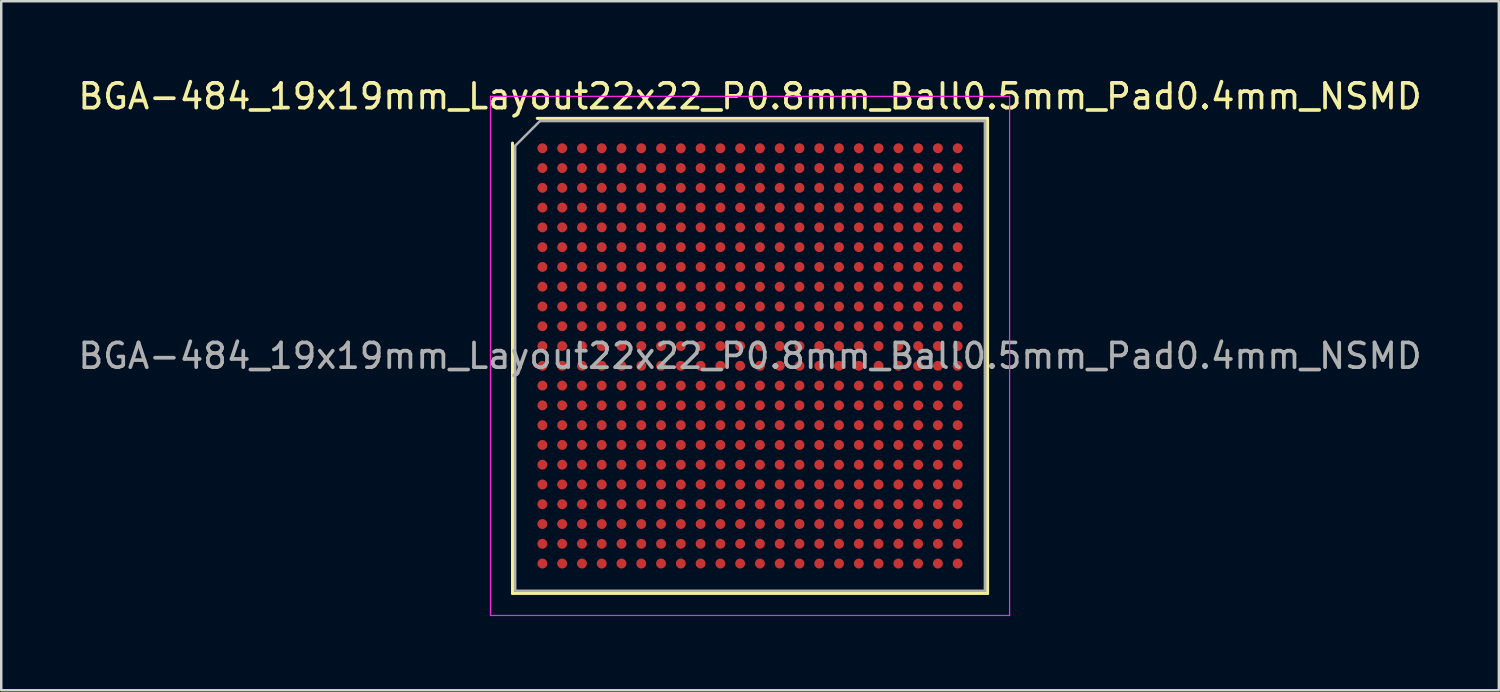
<source format=kicad_pcb>
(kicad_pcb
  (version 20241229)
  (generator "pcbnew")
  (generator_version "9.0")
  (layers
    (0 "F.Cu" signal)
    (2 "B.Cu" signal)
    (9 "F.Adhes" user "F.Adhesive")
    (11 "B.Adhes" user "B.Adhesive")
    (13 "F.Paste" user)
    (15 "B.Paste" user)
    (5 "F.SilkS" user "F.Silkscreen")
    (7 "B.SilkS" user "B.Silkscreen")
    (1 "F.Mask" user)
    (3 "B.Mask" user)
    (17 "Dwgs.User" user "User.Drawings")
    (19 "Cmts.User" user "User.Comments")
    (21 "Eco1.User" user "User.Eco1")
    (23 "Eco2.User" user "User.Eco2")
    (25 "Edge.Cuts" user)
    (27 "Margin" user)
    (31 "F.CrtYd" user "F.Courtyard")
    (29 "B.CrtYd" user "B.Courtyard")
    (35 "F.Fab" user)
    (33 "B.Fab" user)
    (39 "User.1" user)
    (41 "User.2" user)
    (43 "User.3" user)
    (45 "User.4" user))
  (footprint "BGA-484_19x19mm_Layout22x22_P0.8mm_Ball0.5mm_Pad0.4mm_NSMD"
    (layer "F.Cu")
    (at 27.292 11.348)
    (property "Reference" "BGA-484_19x19mm_Layout22x22_P0.8mm_Ball0.5mm_Pad0.4mm_NSMD" (at 0 -10.5 0) (layer "F.SilkS") (effects (font (size 1 1) (thickness 0.15))))
    (attr smd)
    (fp_line (start -9.61 9.61) (end -9.61 -8.61) (stroke (width 0.12) (type solid)) (layer "F.SilkS"))
    (fp_line (start -8.61 -9.61) (end 9.61 -9.61) (stroke (width 0.12) (type solid)) (layer "F.SilkS"))
    (fp_line (start 9.61 -9.61) (end 9.61 9.61) (stroke (width 0.12) (type solid)) (layer "F.SilkS"))
    (fp_line (start 9.61 9.61) (end -9.61 9.61) (stroke (width 0.12) (type solid)) (layer "F.SilkS"))
    (fp_line (start -10.5 -10.5) (end -10.5 10.5) (stroke (width 0.05) (type solid)) (layer "F.CrtYd"))
    (fp_line (start -10.5 10.5) (end 10.5 10.5) (stroke (width 0.05) (type solid)) (layer "F.CrtYd"))
    (fp_line (start 10.5 -10.5) (end -10.5 -10.5) (stroke (width 0.05) (type solid)) (layer "F.CrtYd"))
    (fp_line (start 10.5 10.5) (end 10.5 -10.5) (stroke (width 0.05) (type solid)) (layer "F.CrtYd"))
    (fp_line (start -9.5 -8.5) (end -8.5 -9.5) (stroke (width 0.1) (type solid)) (layer "F.Fab"))
    (fp_line (start -9.5 9.5) (end -9.5 -8.5) (stroke (width 0.1) (type solid)) (layer "F.Fab"))
    (fp_line (start -8.5 -9.5) (end 9.5 -9.5) (stroke (width 0.1) (type solid)) (layer "F.Fab"))
    (fp_line (start 9.5 -9.5) (end 9.5 9.5) (stroke (width 0.1) (type solid)) (layer "F.Fab"))
    (fp_line (start 9.5 9.5) (end -9.5 9.5) (stroke (width 0.1) (type solid)) (layer "F.Fab"))
    (fp_text user "${REFERENCE}" (at 0 0 0) (layer "F.Fab") (effects (font (size 1 1) (thickness 0.15))))
    (pad "A1" smd circle (at -8.4 -8.4) (size 0.4 0.4) (layers "F.Cu" "F.Mask" "F.Paste"))
    (pad "A2" smd circle (at -7.6 -8.4) (size 0.4 0.4) (layers "F.Cu" "F.Mask" "F.Paste"))
    (pad "A3" smd circle (at -6.8 -8.4) (size 0.4 0.4) (layers "F.Cu" "F.Mask" "F.Paste"))
    (pad "A4" smd circle (at -6 -8.4) (size 0.4 0.4) (layers "F.Cu" "F.Mask" "F.Paste"))
    (pad "A5" smd circle (at -5.2 -8.4) (size 0.4 0.4) (layers "F.Cu" "F.Mask" "F.Paste"))
    (pad "A6" smd circle (at -4.4 -8.4) (size 0.4 0.4) (layers "F.Cu" "F.Mask" "F.Paste"))
    (pad "A7" smd circle (at -3.6 -8.4) (size 0.4 0.4) (layers "F.Cu" "F.Mask" "F.Paste"))
    (pad "A8" smd circle (at -2.8 -8.4) (size 0.4 0.4) (layers "F.Cu" "F.Mask" "F.Paste"))
    (pad "A9" smd circle (at -2 -8.4) (size 0.4 0.4) (layers "F.Cu" "F.Mask" "F.Paste"))
    (pad "A10" smd circle (at -1.2 -8.4) (size 0.4 0.4) (layers "F.Cu" "F.Mask" "F.Paste"))
    (pad "A11" smd circle (at -0.4 -8.4) (size 0.4 0.4) (layers "F.Cu" "F.Mask" "F.Paste"))
    (pad "A12" smd circle (at 0.4 -8.4) (size 0.4 0.4) (layers "F.Cu" "F.Mask" "F.Paste"))
    (pad "A13" smd circle (at 1.2 -8.4) (size 0.4 0.4) (layers "F.Cu" "F.Mask" "F.Paste"))
    (pad "A14" smd circle (at 2 -8.4) (size 0.4 0.4) (layers "F.Cu" "F.Mask" "F.Paste"))
    (pad "A15" smd circle (at 2.8 -8.4) (size 0.4 0.4) (layers "F.Cu" "F.Mask" "F.Paste"))
    (pad "A16" smd circle (at 3.6 -8.4) (size 0.4 0.4) (layers "F.Cu" "F.Mask" "F.Paste"))
    (pad "A17" smd circle (at 4.4 -8.4) (size 0.4 0.4) (layers "F.Cu" "F.Mask" "F.Paste"))
    (pad "A18" smd circle (at 5.2 -8.4) (size 0.4 0.4) (layers "F.Cu" "F.Mask" "F.Paste"))
    (pad "A19" smd circle (at 6 -8.4) (size 0.4 0.4) (layers "F.Cu" "F.Mask" "F.Paste"))
    (pad "A20" smd circle (at 6.8 -8.4) (size 0.4 0.4) (layers "F.Cu" "F.Mask" "F.Paste"))
    (pad "A21" smd circle (at 7.6 -8.4) (size 0.4 0.4) (layers "F.Cu" "F.Mask" "F.Paste"))
    (pad "A22" smd circle (at 8.4 -8.4) (size 0.4 0.4) (layers "F.Cu" "F.Mask" "F.Paste"))
    (pad "AA1" smd circle (at -8.4 7.6) (size 0.4 0.4) (layers "F.Cu" "F.Mask" "F.Paste"))
    (pad "AA2" smd circle (at -7.6 7.6) (size 0.4 0.4) (layers "F.Cu" "F.Mask" "F.Paste"))
    (pad "AA3" smd circle (at -6.8 7.6) (size 0.4 0.4) (layers "F.Cu" "F.Mask" "F.Paste"))
    (pad "AA4" smd circle (at -6 7.6) (size 0.4 0.4) (layers "F.Cu" "F.Mask" "F.Paste"))
    (pad "AA5" smd circle (at -5.2 7.6) (size 0.4 0.4) (layers "F.Cu" "F.Mask" "F.Paste"))
    (pad "AA6" smd circle (at -4.4 7.6) (size 0.4 0.4) (layers "F.Cu" "F.Mask" "F.Paste"))
    (pad "AA7" smd circle (at -3.6 7.6) (size 0.4 0.4) (layers "F.Cu" "F.Mask" "F.Paste"))
    (pad "AA8" smd circle (at -2.8 7.6) (size 0.4 0.4) (layers "F.Cu" "F.Mask" "F.Paste"))
    (pad "AA9" smd circle (at -2 7.6) (size 0.4 0.4) (layers "F.Cu" "F.Mask" "F.Paste"))
    (pad "AA10" smd circle (at -1.2 7.6) (size 0.4 0.4) (layers "F.Cu" "F.Mask" "F.Paste"))
    (pad "AA11" smd circle (at -0.4 7.6) (size 0.4 0.4) (layers "F.Cu" "F.Mask" "F.Paste"))
    (pad "AA12" smd circle (at 0.4 7.6) (size 0.4 0.4) (layers "F.Cu" "F.Mask" "F.Paste"))
    (pad "AA13" smd circle (at 1.2 7.6) (size 0.4 0.4) (layers "F.Cu" "F.Mask" "F.Paste"))
    (pad "AA14" smd circle (at 2 7.6) (size 0.4 0.4) (layers "F.Cu" "F.Mask" "F.Paste"))
    (pad "AA15" smd circle (at 2.8 7.6) (size 0.4 0.4) (layers "F.Cu" "F.Mask" "F.Paste"))
    (pad "AA16" smd circle (at 3.6 7.6) (size 0.4 0.4) (layers "F.Cu" "F.Mask" "F.Paste"))
    (pad "AA17" smd circle (at 4.4 7.6) (size 0.4 0.4) (layers "F.Cu" "F.Mask" "F.Paste"))
    (pad "AA18" smd circle (at 5.2 7.6) (size 0.4 0.4) (layers "F.Cu" "F.Mask" "F.Paste"))
    (pad "AA19" smd circle (at 6 7.6) (size 0.4 0.4) (layers "F.Cu" "F.Mask" "F.Paste"))
    (pad "AA20" smd circle (at 6.8 7.6) (size 0.4 0.4) (layers "F.Cu" "F.Mask" "F.Paste"))
    (pad "AA21" smd circle (at 7.6 7.6) (size 0.4 0.4) (layers "F.Cu" "F.Mask" "F.Paste"))
    (pad "AA22" smd circle (at 8.4 7.6) (size 0.4 0.4) (layers "F.Cu" "F.Mask" "F.Paste"))
    (pad "AB1" smd circle (at -8.4 8.4) (size 0.4 0.4) (layers "F.Cu" "F.Mask" "F.Paste"))
    (pad "AB2" smd circle (at -7.6 8.4) (size 0.4 0.4) (layers "F.Cu" "F.Mask" "F.Paste"))
    (pad "AB3" smd circle (at -6.8 8.4) (size 0.4 0.4) (layers "F.Cu" "F.Mask" "F.Paste"))
    (pad "AB4" smd circle (at -6 8.4) (size 0.4 0.4) (layers "F.Cu" "F.Mask" "F.Paste"))
    (pad "AB5" smd circle (at -5.2 8.4) (size 0.4 0.4) (layers "F.Cu" "F.Mask" "F.Paste"))
    (pad "AB6" smd circle (at -4.4 8.4) (size 0.4 0.4) (layers "F.Cu" "F.Mask" "F.Paste"))
    (pad "AB7" smd circle (at -3.6 8.4) (size 0.4 0.4) (layers "F.Cu" "F.Mask" "F.Paste"))
    (pad "AB8" smd circle (at -2.8 8.4) (size 0.4 0.4) (layers "F.Cu" "F.Mask" "F.Paste"))
    (pad "AB9" smd circle (at -2 8.4) (size 0.4 0.4) (layers "F.Cu" "F.Mask" "F.Paste"))
    (pad "AB10" smd circle (at -1.2 8.4) (size 0.4 0.4) (layers "F.Cu" "F.Mask" "F.Paste"))
    (pad "AB11" smd circle (at -0.4 8.4) (size 0.4 0.4) (layers "F.Cu" "F.Mask" "F.Paste"))
    (pad "AB12" smd circle (at 0.4 8.4) (size 0.4 0.4) (layers "F.Cu" "F.Mask" "F.Paste"))
    (pad "AB13" smd circle (at 1.2 8.4) (size 0.4 0.4) (layers "F.Cu" "F.Mask" "F.Paste"))
    (pad "AB14" smd circle (at 2 8.4) (size 0.4 0.4) (layers "F.Cu" "F.Mask" "F.Paste"))
    (pad "AB15" smd circle (at 2.8 8.4) (size 0.4 0.4) (layers "F.Cu" "F.Mask" "F.Paste"))
    (pad "AB16" smd circle (at 3.6 8.4) (size 0.4 0.4) (layers "F.Cu" "F.Mask" "F.Paste"))
    (pad "AB17" smd circle (at 4.4 8.4) (size 0.4 0.4) (layers "F.Cu" "F.Mask" "F.Paste"))
    (pad "AB18" smd circle (at 5.2 8.4) (size 0.4 0.4) (layers "F.Cu" "F.Mask" "F.Paste"))
    (pad "AB19" smd circle (at 6 8.4) (size 0.4 0.4) (layers "F.Cu" "F.Mask" "F.Paste"))
    (pad "AB20" smd circle (at 6.8 8.4) (size 0.4 0.4) (layers "F.Cu" "F.Mask" "F.Paste"))
    (pad "AB21" smd circle (at 7.6 8.4) (size 0.4 0.4) (layers "F.Cu" "F.Mask" "F.Paste"))
    (pad "AB22" smd circle (at 8.4 8.4) (size 0.4 0.4) (layers "F.Cu" "F.Mask" "F.Paste"))
    (pad "B1" smd circle (at -8.4 -7.6) (size 0.4 0.4) (layers "F.Cu" "F.Mask" "F.Paste"))
    (pad "B2" smd circle (at -7.6 -7.6) (size 0.4 0.4) (layers "F.Cu" "F.Mask" "F.Paste"))
    (pad "B3" smd circle (at -6.8 -7.6) (size 0.4 0.4) (layers "F.Cu" "F.Mask" "F.Paste"))
    (pad "B4" smd circle (at -6 -7.6) (size 0.4 0.4) (layers "F.Cu" "F.Mask" "F.Paste"))
    (pad "B5" smd circle (at -5.2 -7.6) (size 0.4 0.4) (layers "F.Cu" "F.Mask" "F.Paste"))
    (pad "B6" smd circle (at -4.4 -7.6) (size 0.4 0.4) (layers "F.Cu" "F.Mask" "F.Paste"))
    (pad "B7" smd circle (at -3.6 -7.6) (size 0.4 0.4) (layers "F.Cu" "F.Mask" "F.Paste"))
    (pad "B8" smd circle (at -2.8 -7.6) (size 0.4 0.4) (layers "F.Cu" "F.Mask" "F.Paste"))
    (pad "B9" smd circle (at -2 -7.6) (size 0.4 0.4) (layers "F.Cu" "F.Mask" "F.Paste"))
    (pad "B10" smd circle (at -1.2 -7.6) (size 0.4 0.4) (layers "F.Cu" "F.Mask" "F.Paste"))
    (pad "B11" smd circle (at -0.4 -7.6) (size 0.4 0.4) (layers "F.Cu" "F.Mask" "F.Paste"))
    (pad "B12" smd circle (at 0.4 -7.6) (size 0.4 0.4) (layers "F.Cu" "F.Mask" "F.Paste"))
    (pad "B13" smd circle (at 1.2 -7.6) (size 0.4 0.4) (layers "F.Cu" "F.Mask" "F.Paste"))
    (pad "B14" smd circle (at 2 -7.6) (size 0.4 0.4) (layers "F.Cu" "F.Mask" "F.Paste"))
    (pad "B15" smd circle (at 2.8 -7.6) (size 0.4 0.4) (layers "F.Cu" "F.Mask" "F.Paste"))
    (pad "B16" smd circle (at 3.6 -7.6) (size 0.4 0.4) (layers "F.Cu" "F.Mask" "F.Paste"))
    (pad "B17" smd circle (at 4.4 -7.6) (size 0.4 0.4) (layers "F.Cu" "F.Mask" "F.Paste"))
    (pad "B18" smd circle (at 5.2 -7.6) (size 0.4 0.4) (layers "F.Cu" "F.Mask" "F.Paste"))
    (pad "B19" smd circle (at 6 -7.6) (size 0.4 0.4) (layers "F.Cu" "F.Mask" "F.Paste"))
    (pad "B20" smd circle (at 6.8 -7.6) (size 0.4 0.4) (layers "F.Cu" "F.Mask" "F.Paste"))
    (pad "B21" smd circle (at 7.6 -7.6) (size 0.4 0.4) (layers "F.Cu" "F.Mask" "F.Paste"))
    (pad "B22" smd circle (at 8.4 -7.6) (size 0.4 0.4) (layers "F.Cu" "F.Mask" "F.Paste"))
    (pad "C1" smd circle (at -8.4 -6.8) (size 0.4 0.4) (layers "F.Cu" "F.Mask" "F.Paste"))
    (pad "C2" smd circle (at -7.6 -6.8) (size 0.4 0.4) (layers "F.Cu" "F.Mask" "F.Paste"))
    (pad "C3" smd circle (at -6.8 -6.8) (size 0.4 0.4) (layers "F.Cu" "F.Mask" "F.Paste"))
    (pad "C4" smd circle (at -6 -6.8) (size 0.4 0.4) (layers "F.Cu" "F.Mask" "F.Paste"))
    (pad "C5" smd circle (at -5.2 -6.8) (size 0.4 0.4) (layers "F.Cu" "F.Mask" "F.Paste"))
    (pad "C6" smd circle (at -4.4 -6.8) (size 0.4 0.4) (layers "F.Cu" "F.Mask" "F.Paste"))
    (pad "C7" smd circle (at -3.6 -6.8) (size 0.4 0.4) (layers "F.Cu" "F.Mask" "F.Paste"))
    (pad "C8" smd circle (at -2.8 -6.8) (size 0.4 0.4) (layers "F.Cu" "F.Mask" "F.Paste"))
    (pad "C9" smd circle (at -2 -6.8) (size 0.4 0.4) (layers "F.Cu" "F.Mask" "F.Paste"))
    (pad "C10" smd circle (at -1.2 -6.8) (size 0.4 0.4) (layers "F.Cu" "F.Mask" "F.Paste"))
    (pad "C11" smd circle (at -0.4 -6.8) (size 0.4 0.4) (layers "F.Cu" "F.Mask" "F.Paste"))
    (pad "C12" smd circle (at 0.4 -6.8) (size 0.4 0.4) (layers "F.Cu" "F.Mask" "F.Paste"))
    (pad "C13" smd circle (at 1.2 -6.8) (size 0.4 0.4) (layers "F.Cu" "F.Mask" "F.Paste"))
    (pad "C14" smd circle (at 2 -6.8) (size 0.4 0.4) (layers "F.Cu" "F.Mask" "F.Paste"))
    (pad "C15" smd circle (at 2.8 -6.8) (size 0.4 0.4) (layers "F.Cu" "F.Mask" "F.Paste"))
    (pad "C16" smd circle (at 3.6 -6.8) (size 0.4 0.4) (layers "F.Cu" "F.Mask" "F.Paste"))
    (pad "C17" smd circle (at 4.4 -6.8) (size 0.4 0.4) (layers "F.Cu" "F.Mask" "F.Paste"))
    (pad "C18" smd circle (at 5.2 -6.8) (size 0.4 0.4) (layers "F.Cu" "F.Mask" "F.Paste"))
    (pad "C19" smd circle (at 6 -6.8) (size 0.4 0.4) (layers "F.Cu" "F.Mask" "F.Paste"))
    (pad "C20" smd circle (at 6.8 -6.8) (size 0.4 0.4) (layers "F.Cu" "F.Mask" "F.Paste"))
    (pad "C21" smd circle (at 7.6 -6.8) (size 0.4 0.4) (layers "F.Cu" "F.Mask" "F.Paste"))
    (pad "C22" smd circle (at 8.4 -6.8) (size 0.4 0.4) (layers "F.Cu" "F.Mask" "F.Paste"))
    (pad "D1" smd circle (at -8.4 -6) (size 0.4 0.4) (layers "F.Cu" "F.Mask" "F.Paste"))
    (pad "D2" smd circle (at -7.6 -6) (size 0.4 0.4) (layers "F.Cu" "F.Mask" "F.Paste"))
    (pad "D3" smd circle (at -6.8 -6) (size 0.4 0.4) (layers "F.Cu" "F.Mask" "F.Paste"))
    (pad "D4" smd circle (at -6 -6) (size 0.4 0.4) (layers "F.Cu" "F.Mask" "F.Paste"))
    (pad "D5" smd circle (at -5.2 -6) (size 0.4 0.4) (layers "F.Cu" "F.Mask" "F.Paste"))
    (pad "D6" smd circle (at -4.4 -6) (size 0.4 0.4) (layers "F.Cu" "F.Mask" "F.Paste"))
    (pad "D7" smd circle (at -3.6 -6) (size 0.4 0.4) (layers "F.Cu" "F.Mask" "F.Paste"))
    (pad "D8" smd circle (at -2.8 -6) (size 0.4 0.4) (layers "F.Cu" "F.Mask" "F.Paste"))
    (pad "D9" smd circle (at -2 -6) (size 0.4 0.4) (layers "F.Cu" "F.Mask" "F.Paste"))
    (pad "D10" smd circle (at -1.2 -6) (size 0.4 0.4) (layers "F.Cu" "F.Mask" "F.Paste"))
    (pad "D11" smd circle (at -0.4 -6) (size 0.4 0.4) (layers "F.Cu" "F.Mask" "F.Paste"))
    (pad "D12" smd circle (at 0.4 -6) (size 0.4 0.4) (layers "F.Cu" "F.Mask" "F.Paste"))
    (pad "D13" smd circle (at 1.2 -6) (size 0.4 0.4) (layers "F.Cu" "F.Mask" "F.Paste"))
    (pad "D14" smd circle (at 2 -6) (size 0.4 0.4) (layers "F.Cu" "F.Mask" "F.Paste"))
    (pad "D15" smd circle (at 2.8 -6) (size 0.4 0.4) (layers "F.Cu" "F.Mask" "F.Paste"))
    (pad "D16" smd circle (at 3.6 -6) (size 0.4 0.4) (layers "F.Cu" "F.Mask" "F.Paste"))
    (pad "D17" smd circle (at 4.4 -6) (size 0.4 0.4) (layers "F.Cu" "F.Mask" "F.Paste"))
    (pad "D18" smd circle (at 5.2 -6) (size 0.4 0.4) (layers "F.Cu" "F.Mask" "F.Paste"))
    (pad "D19" smd circle (at 6 -6) (size 0.4 0.4) (layers "F.Cu" "F.Mask" "F.Paste"))
    (pad "D20" smd circle (at 6.8 -6) (size 0.4 0.4) (layers "F.Cu" "F.Mask" "F.Paste"))
    (pad "D21" smd circle (at 7.6 -6) (size 0.4 0.4) (layers "F.Cu" "F.Mask" "F.Paste"))
    (pad "D22" smd circle (at 8.4 -6) (size 0.4 0.4) (layers "F.Cu" "F.Mask" "F.Paste"))
    (pad "E1" smd circle (at -8.4 -5.2) (size 0.4 0.4) (layers "F.Cu" "F.Mask" "F.Paste"))
    (pad "E2" smd circle (at -7.6 -5.2) (size 0.4 0.4) (layers "F.Cu" "F.Mask" "F.Paste"))
    (pad "E3" smd circle (at -6.8 -5.2) (size 0.4 0.4) (layers "F.Cu" "F.Mask" "F.Paste"))
    (pad "E4" smd circle (at -6 -5.2) (size 0.4 0.4) (layers "F.Cu" "F.Mask" "F.Paste"))
    (pad "E5" smd circle (at -5.2 -5.2) (size 0.4 0.4) (layers "F.Cu" "F.Mask" "F.Paste"))
    (pad "E6" smd circle (at -4.4 -5.2) (size 0.4 0.4) (layers "F.Cu" "F.Mask" "F.Paste"))
    (pad "E7" smd circle (at -3.6 -5.2) (size 0.4 0.4) (layers "F.Cu" "F.Mask" "F.Paste"))
    (pad "E8" smd circle (at -2.8 -5.2) (size 0.4 0.4) (layers "F.Cu" "F.Mask" "F.Paste"))
    (pad "E9" smd circle (at -2 -5.2) (size 0.4 0.4) (layers "F.Cu" "F.Mask" "F.Paste"))
    (pad "E10" smd circle (at -1.2 -5.2) (size 0.4 0.4) (layers "F.Cu" "F.Mask" "F.Paste"))
    (pad "E11" smd circle (at -0.4 -5.2) (size 0.4 0.4) (layers "F.Cu" "F.Mask" "F.Paste"))
    (pad "E12" smd circle (at 0.4 -5.2) (size 0.4 0.4) (layers "F.Cu" "F.Mask" "F.Paste"))
    (pad "E13" smd circle (at 1.2 -5.2) (size 0.4 0.4) (layers "F.Cu" "F.Mask" "F.Paste"))
    (pad "E14" smd circle (at 2 -5.2) (size 0.4 0.4) (layers "F.Cu" "F.Mask" "F.Paste"))
    (pad "E15" smd circle (at 2.8 -5.2) (size 0.4 0.4) (layers "F.Cu" "F.Mask" "F.Paste"))
    (pad "E16" smd circle (at 3.6 -5.2) (size 0.4 0.4) (layers "F.Cu" "F.Mask" "F.Paste"))
    (pad "E17" smd circle (at 4.4 -5.2) (size 0.4 0.4) (layers "F.Cu" "F.Mask" "F.Paste"))
    (pad "E18" smd circle (at 5.2 -5.2) (size 0.4 0.4) (layers "F.Cu" "F.Mask" "F.Paste"))
    (pad "E19" smd circle (at 6 -5.2) (size 0.4 0.4) (layers "F.Cu" "F.Mask" "F.Paste"))
    (pad "E20" smd circle (at 6.8 -5.2) (size 0.4 0.4) (layers "F.Cu" "F.Mask" "F.Paste"))
    (pad "E21" smd circle (at 7.6 -5.2) (size 0.4 0.4) (layers "F.Cu" "F.Mask" "F.Paste"))
    (pad "E22" smd circle (at 8.4 -5.2) (size 0.4 0.4) (layers "F.Cu" "F.Mask" "F.Paste"))
    (pad "F1" smd circle (at -8.4 -4.4) (size 0.4 0.4) (layers "F.Cu" "F.Mask" "F.Paste"))
    (pad "F2" smd circle (at -7.6 -4.4) (size 0.4 0.4) (layers "F.Cu" "F.Mask" "F.Paste"))
    (pad "F3" smd circle (at -6.8 -4.4) (size 0.4 0.4) (layers "F.Cu" "F.Mask" "F.Paste"))
    (pad "F4" smd circle (at -6 -4.4) (size 0.4 0.4) (layers "F.Cu" "F.Mask" "F.Paste"))
    (pad "F5" smd circle (at -5.2 -4.4) (size 0.4 0.4) (layers "F.Cu" "F.Mask" "F.Paste"))
    (pad "F6" smd circle (at -4.4 -4.4) (size 0.4 0.4) (layers "F.Cu" "F.Mask" "F.Paste"))
    (pad "F7" smd circle (at -3.6 -4.4) (size 0.4 0.4) (layers "F.Cu" "F.Mask" "F.Paste"))
    (pad "F8" smd circle (at -2.8 -4.4) (size 0.4 0.4) (layers "F.Cu" "F.Mask" "F.Paste"))
    (pad "F9" smd circle (at -2 -4.4) (size 0.4 0.4) (layers "F.Cu" "F.Mask" "F.Paste"))
    (pad "F10" smd circle (at -1.2 -4.4) (size 0.4 0.4) (layers "F.Cu" "F.Mask" "F.Paste"))
    (pad "F11" smd circle (at -0.4 -4.4) (size 0.4 0.4) (layers "F.Cu" "F.Mask" "F.Paste"))
    (pad "F12" smd circle (at 0.4 -4.4) (size 0.4 0.4) (layers "F.Cu" "F.Mask" "F.Paste"))
    (pad "F13" smd circle (at 1.2 -4.4) (size 0.4 0.4) (layers "F.Cu" "F.Mask" "F.Paste"))
    (pad "F14" smd circle (at 2 -4.4) (size 0.4 0.4) (layers "F.Cu" "F.Mask" "F.Paste"))
    (pad "F15" smd circle (at 2.8 -4.4) (size 0.4 0.4) (layers "F.Cu" "F.Mask" "F.Paste"))
    (pad "F16" smd circle (at 3.6 -4.4) (size 0.4 0.4) (layers "F.Cu" "F.Mask" "F.Paste"))
    (pad "F17" smd circle (at 4.4 -4.4) (size 0.4 0.4) (layers "F.Cu" "F.Mask" "F.Paste"))
    (pad "F18" smd circle (at 5.2 -4.4) (size 0.4 0.4) (layers "F.Cu" "F.Mask" "F.Paste"))
    (pad "F19" smd circle (at 6 -4.4) (size 0.4 0.4) (layers "F.Cu" "F.Mask" "F.Paste"))
    (pad "F20" smd circle (at 6.8 -4.4) (size 0.4 0.4) (layers "F.Cu" "F.Mask" "F.Paste"))
    (pad "F21" smd circle (at 7.6 -4.4) (size 0.4 0.4) (layers "F.Cu" "F.Mask" "F.Paste"))
    (pad "F22" smd circle (at 8.4 -4.4) (size 0.4 0.4) (layers "F.Cu" "F.Mask" "F.Paste"))
    (pad "G1" smd circle (at -8.4 -3.6) (size 0.4 0.4) (layers "F.Cu" "F.Mask" "F.Paste"))
    (pad "G2" smd circle (at -7.6 -3.6) (size 0.4 0.4) (layers "F.Cu" "F.Mask" "F.Paste"))
    (pad "G3" smd circle (at -6.8 -3.6) (size 0.4 0.4) (layers "F.Cu" "F.Mask" "F.Paste"))
    (pad "G4" smd circle (at -6 -3.6) (size 0.4 0.4) (layers "F.Cu" "F.Mask" "F.Paste"))
    (pad "G5" smd circle (at -5.2 -3.6) (size 0.4 0.4) (layers "F.Cu" "F.Mask" "F.Paste"))
    (pad "G6" smd circle (at -4.4 -3.6) (size 0.4 0.4) (layers "F.Cu" "F.Mask" "F.Paste"))
    (pad "G7" smd circle (at -3.6 -3.6) (size 0.4 0.4) (layers "F.Cu" "F.Mask" "F.Paste"))
    (pad "G8" smd circle (at -2.8 -3.6) (size 0.4 0.4) (layers "F.Cu" "F.Mask" "F.Paste"))
    (pad "G9" smd circle (at -2 -3.6) (size 0.4 0.4) (layers "F.Cu" "F.Mask" "F.Paste"))
    (pad "G10" smd circle (at -1.2 -3.6) (size 0.4 0.4) (layers "F.Cu" "F.Mask" "F.Paste"))
    (pad "G11" smd circle (at -0.4 -3.6) (size 0.4 0.4) (layers "F.Cu" "F.Mask" "F.Paste"))
    (pad "G12" smd circle (at 0.4 -3.6) (size 0.4 0.4) (layers "F.Cu" "F.Mask" "F.Paste"))
    (pad "G13" smd circle (at 1.2 -3.6) (size 0.4 0.4) (layers "F.Cu" "F.Mask" "F.Paste"))
    (pad "G14" smd circle (at 2 -3.6) (size 0.4 0.4) (layers "F.Cu" "F.Mask" "F.Paste"))
    (pad "G15" smd circle (at 2.8 -3.6) (size 0.4 0.4) (layers "F.Cu" "F.Mask" "F.Paste"))
    (pad "G16" smd circle (at 3.6 -3.6) (size 0.4 0.4) (layers "F.Cu" "F.Mask" "F.Paste"))
    (pad "G17" smd circle (at 4.4 -3.6) (size 0.4 0.4) (layers "F.Cu" "F.Mask" "F.Paste"))
    (pad "G18" smd circle (at 5.2 -3.6) (size 0.4 0.4) (layers "F.Cu" "F.Mask" "F.Paste"))
    (pad "G19" smd circle (at 6 -3.6) (size 0.4 0.4) (layers "F.Cu" "F.Mask" "F.Paste"))
    (pad "G20" smd circle (at 6.8 -3.6) (size 0.4 0.4) (layers "F.Cu" "F.Mask" "F.Paste"))
    (pad "G21" smd circle (at 7.6 -3.6) (size 0.4 0.4) (layers "F.Cu" "F.Mask" "F.Paste"))
    (pad "G22" smd circle (at 8.4 -3.6) (size 0.4 0.4) (layers "F.Cu" "F.Mask" "F.Paste"))
    (pad "H1" smd circle (at -8.4 -2.8) (size 0.4 0.4) (layers "F.Cu" "F.Mask" "F.Paste"))
    (pad "H2" smd circle (at -7.6 -2.8) (size 0.4 0.4) (layers "F.Cu" "F.Mask" "F.Paste"))
    (pad "H3" smd circle (at -6.8 -2.8) (size 0.4 0.4) (layers "F.Cu" "F.Mask" "F.Paste"))
    (pad "H4" smd circle (at -6 -2.8) (size 0.4 0.4) (layers "F.Cu" "F.Mask" "F.Paste"))
    (pad "H5" smd circle (at -5.2 -2.8) (size 0.4 0.4) (layers "F.Cu" "F.Mask" "F.Paste"))
    (pad "H6" smd circle (at -4.4 -2.8) (size 0.4 0.4) (layers "F.Cu" "F.Mask" "F.Paste"))
    (pad "H7" smd circle (at -3.6 -2.8) (size 0.4 0.4) (layers "F.Cu" "F.Mask" "F.Paste"))
    (pad "H8" smd circle (at -2.8 -2.8) (size 0.4 0.4) (layers "F.Cu" "F.Mask" "F.Paste"))
    (pad "H9" smd circle (at -2 -2.8) (size 0.4 0.4) (layers "F.Cu" "F.Mask" "F.Paste"))
    (pad "H10" smd circle (at -1.2 -2.8) (size 0.4 0.4) (layers "F.Cu" "F.Mask" "F.Paste"))
    (pad "H11" smd circle (at -0.4 -2.8) (size 0.4 0.4) (layers "F.Cu" "F.Mask" "F.Paste"))
    (pad "H12" smd circle (at 0.4 -2.8) (size 0.4 0.4) (layers "F.Cu" "F.Mask" "F.Paste"))
    (pad "H13" smd circle (at 1.2 -2.8) (size 0.4 0.4) (layers "F.Cu" "F.Mask" "F.Paste"))
    (pad "H14" smd circle (at 2 -2.8) (size 0.4 0.4) (layers "F.Cu" "F.Mask" "F.Paste"))
    (pad "H15" smd circle (at 2.8 -2.8) (size 0.4 0.4) (layers "F.Cu" "F.Mask" "F.Paste"))
    (pad "H16" smd circle (at 3.6 -2.8) (size 0.4 0.4) (layers "F.Cu" "F.Mask" "F.Paste"))
    (pad "H17" smd circle (at 4.4 -2.8) (size 0.4 0.4) (layers "F.Cu" "F.Mask" "F.Paste"))
    (pad "H18" smd circle (at 5.2 -2.8) (size 0.4 0.4) (layers "F.Cu" "F.Mask" "F.Paste"))
    (pad "H19" smd circle (at 6 -2.8) (size 0.4 0.4) (layers "F.Cu" "F.Mask" "F.Paste"))
    (pad "H20" smd circle (at 6.8 -2.8) (size 0.4 0.4) (layers "F.Cu" "F.Mask" "F.Paste"))
    (pad "H21" smd circle (at 7.6 -2.8) (size 0.4 0.4) (layers "F.Cu" "F.Mask" "F.Paste"))
    (pad "H22" smd circle (at 8.4 -2.8) (size 0.4 0.4) (layers "F.Cu" "F.Mask" "F.Paste"))
    (pad "J1" smd circle (at -8.4 -2) (size 0.4 0.4) (layers "F.Cu" "F.Mask" "F.Paste"))
    (pad "J2" smd circle (at -7.6 -2) (size 0.4 0.4) (layers "F.Cu" "F.Mask" "F.Paste"))
    (pad "J3" smd circle (at -6.8 -2) (size 0.4 0.4) (layers "F.Cu" "F.Mask" "F.Paste"))
    (pad "J4" smd circle (at -6 -2) (size 0.4 0.4) (layers "F.Cu" "F.Mask" "F.Paste"))
    (pad "J5" smd circle (at -5.2 -2) (size 0.4 0.4) (layers "F.Cu" "F.Mask" "F.Paste"))
    (pad "J6" smd circle (at -4.4 -2) (size 0.4 0.4) (layers "F.Cu" "F.Mask" "F.Paste"))
    (pad "J7" smd circle (at -3.6 -2) (size 0.4 0.4) (layers "F.Cu" "F.Mask" "F.Paste"))
    (pad "J8" smd circle (at -2.8 -2) (size 0.4 0.4) (layers "F.Cu" "F.Mask" "F.Paste"))
    (pad "J9" smd circle (at -2 -2) (size 0.4 0.4) (layers "F.Cu" "F.Mask" "F.Paste"))
    (pad "J10" smd circle (at -1.2 -2) (size 0.4 0.4) (layers "F.Cu" "F.Mask" "F.Paste"))
    (pad "J11" smd circle (at -0.4 -2) (size 0.4 0.4) (layers "F.Cu" "F.Mask" "F.Paste"))
    (pad "J12" smd circle (at 0.4 -2) (size 0.4 0.4) (layers "F.Cu" "F.Mask" "F.Paste"))
    (pad "J13" smd circle (at 1.2 -2) (size 0.4 0.4) (layers "F.Cu" "F.Mask" "F.Paste"))
    (pad "J14" smd circle (at 2 -2) (size 0.4 0.4) (layers "F.Cu" "F.Mask" "F.Paste"))
    (pad "J15" smd circle (at 2.8 -2) (size 0.4 0.4) (layers "F.Cu" "F.Mask" "F.Paste"))
    (pad "J16" smd circle (at 3.6 -2) (size 0.4 0.4) (layers "F.Cu" "F.Mask" "F.Paste"))
    (pad "J17" smd circle (at 4.4 -2) (size 0.4 0.4) (layers "F.Cu" "F.Mask" "F.Paste"))
    (pad "J18" smd circle (at 5.2 -2) (size 0.4 0.4) (layers "F.Cu" "F.Mask" "F.Paste"))
    (pad "J19" smd circle (at 6 -2) (size 0.4 0.4) (layers "F.Cu" "F.Mask" "F.Paste"))
    (pad "J20" smd circle (at 6.8 -2) (size 0.4 0.4) (layers "F.Cu" "F.Mask" "F.Paste"))
    (pad "J21" smd circle (at 7.6 -2) (size 0.4 0.4) (layers "F.Cu" "F.Mask" "F.Paste"))
    (pad "J22" smd circle (at 8.4 -2) (size 0.4 0.4) (layers "F.Cu" "F.Mask" "F.Paste"))
    (pad "K1" smd circle (at -8.4 -1.2) (size 0.4 0.4) (layers "F.Cu" "F.Mask" "F.Paste"))
    (pad "K2" smd circle (at -7.6 -1.2) (size 0.4 0.4) (layers "F.Cu" "F.Mask" "F.Paste"))
    (pad "K3" smd circle (at -6.8 -1.2) (size 0.4 0.4) (layers "F.Cu" "F.Mask" "F.Paste"))
    (pad "K4" smd circle (at -6 -1.2) (size 0.4 0.4) (layers "F.Cu" "F.Mask" "F.Paste"))
    (pad "K5" smd circle (at -5.2 -1.2) (size 0.4 0.4) (layers "F.Cu" "F.Mask" "F.Paste"))
    (pad "K6" smd circle (at -4.4 -1.2) (size 0.4 0.4) (layers "F.Cu" "F.Mask" "F.Paste"))
    (pad "K7" smd circle (at -3.6 -1.2) (size 0.4 0.4) (layers "F.Cu" "F.Mask" "F.Paste"))
    (pad "K8" smd circle (at -2.8 -1.2) (size 0.4 0.4) (layers "F.Cu" "F.Mask" "F.Paste"))
    (pad "K9" smd circle (at -2 -1.2) (size 0.4 0.4) (layers "F.Cu" "F.Mask" "F.Paste"))
    (pad "K10" smd circle (at -1.2 -1.2) (size 0.4 0.4) (layers "F.Cu" "F.Mask" "F.Paste"))
    (pad "K11" smd circle (at -0.4 -1.2) (size 0.4 0.4) (layers "F.Cu" "F.Mask" "F.Paste"))
    (pad "K12" smd circle (at 0.4 -1.2) (size 0.4 0.4) (layers "F.Cu" "F.Mask" "F.Paste"))
    (pad "K13" smd circle (at 1.2 -1.2) (size 0.4 0.4) (layers "F.Cu" "F.Mask" "F.Paste"))
    (pad "K14" smd circle (at 2 -1.2) (size 0.4 0.4) (layers "F.Cu" "F.Mask" "F.Paste"))
    (pad "K15" smd circle (at 2.8 -1.2) (size 0.4 0.4) (layers "F.Cu" "F.Mask" "F.Paste"))
    (pad "K16" smd circle (at 3.6 -1.2) (size 0.4 0.4) (layers "F.Cu" "F.Mask" "F.Paste"))
    (pad "K17" smd circle (at 4.4 -1.2) (size 0.4 0.4) (layers "F.Cu" "F.Mask" "F.Paste"))
    (pad "K18" smd circle (at 5.2 -1.2) (size 0.4 0.4) (layers "F.Cu" "F.Mask" "F.Paste"))
    (pad "K19" smd circle (at 6 -1.2) (size 0.4 0.4) (layers "F.Cu" "F.Mask" "F.Paste"))
    (pad "K20" smd circle (at 6.8 -1.2) (size 0.4 0.4) (layers "F.Cu" "F.Mask" "F.Paste"))
    (pad "K21" smd circle (at 7.6 -1.2) (size 0.4 0.4) (layers "F.Cu" "F.Mask" "F.Paste"))
    (pad "K22" smd circle (at 8.4 -1.2) (size 0.4 0.4) (layers "F.Cu" "F.Mask" "F.Paste"))
    (pad "L1" smd circle (at -8.4 -0.4) (size 0.4 0.4) (layers "F.Cu" "F.Mask" "F.Paste"))
    (pad "L2" smd circle (at -7.6 -0.4) (size 0.4 0.4) (layers "F.Cu" "F.Mask" "F.Paste"))
    (pad "L3" smd circle (at -6.8 -0.4) (size 0.4 0.4) (layers "F.Cu" "F.Mask" "F.Paste"))
    (pad "L4" smd circle (at -6 -0.4) (size 0.4 0.4) (layers "F.Cu" "F.Mask" "F.Paste"))
    (pad "L5" smd circle (at -5.2 -0.4) (size 0.4 0.4) (layers "F.Cu" "F.Mask" "F.Paste"))
    (pad "L6" smd circle (at -4.4 -0.4) (size 0.4 0.4) (layers "F.Cu" "F.Mask" "F.Paste"))
    (pad "L7" smd circle (at -3.6 -0.4) (size 0.4 0.4) (layers "F.Cu" "F.Mask" "F.Paste"))
    (pad "L8" smd circle (at -2.8 -0.4) (size 0.4 0.4) (layers "F.Cu" "F.Mask" "F.Paste"))
    (pad "L9" smd circle (at -2 -0.4) (size 0.4 0.4) (layers "F.Cu" "F.Mask" "F.Paste"))
    (pad "L10" smd circle (at -1.2 -0.4) (size 0.4 0.4) (layers "F.Cu" "F.Mask" "F.Paste"))
    (pad "L11" smd circle (at -0.4 -0.4) (size 0.4 0.4) (layers "F.Cu" "F.Mask" "F.Paste"))
    (pad "L12" smd circle (at 0.4 -0.4) (size 0.4 0.4) (layers "F.Cu" "F.Mask" "F.Paste"))
    (pad "L13" smd circle (at 1.2 -0.4) (size 0.4 0.4) (layers "F.Cu" "F.Mask" "F.Paste"))
    (pad "L14" smd circle (at 2 -0.4) (size 0.4 0.4) (layers "F.Cu" "F.Mask" "F.Paste"))
    (pad "L15" smd circle (at 2.8 -0.4) (size 0.4 0.4) (layers "F.Cu" "F.Mask" "F.Paste"))
    (pad "L16" smd circle (at 3.6 -0.4) (size 0.4 0.4) (layers "F.Cu" "F.Mask" "F.Paste"))
    (pad "L17" smd circle (at 4.4 -0.4) (size 0.4 0.4) (layers "F.Cu" "F.Mask" "F.Paste"))
    (pad "L18" smd circle (at 5.2 -0.4) (size 0.4 0.4) (layers "F.Cu" "F.Mask" "F.Paste"))
    (pad "L19" smd circle (at 6 -0.4) (size 0.4 0.4) (layers "F.Cu" "F.Mask" "F.Paste"))
    (pad "L20" smd circle (at 6.8 -0.4) (size 0.4 0.4) (layers "F.Cu" "F.Mask" "F.Paste"))
    (pad "L21" smd circle (at 7.6 -0.4) (size 0.4 0.4) (layers "F.Cu" "F.Mask" "F.Paste"))
    (pad "L22" smd circle (at 8.4 -0.4) (size 0.4 0.4) (layers "F.Cu" "F.Mask" "F.Paste"))
    (pad "M1" smd circle (at -8.4 0.4) (size 0.4 0.4) (layers "F.Cu" "F.Mask" "F.Paste"))
    (pad "M2" smd circle (at -7.6 0.4) (size 0.4 0.4) (layers "F.Cu" "F.Mask" "F.Paste"))
    (pad "M3" smd circle (at -6.8 0.4) (size 0.4 0.4) (layers "F.Cu" "F.Mask" "F.Paste"))
    (pad "M4" smd circle (at -6 0.4) (size 0.4 0.4) (layers "F.Cu" "F.Mask" "F.Paste"))
    (pad "M5" smd circle (at -5.2 0.4) (size 0.4 0.4) (layers "F.Cu" "F.Mask" "F.Paste"))
    (pad "M6" smd circle (at -4.4 0.4) (size 0.4 0.4) (layers "F.Cu" "F.Mask" "F.Paste"))
    (pad "M7" smd circle (at -3.6 0.4) (size 0.4 0.4) (layers "F.Cu" "F.Mask" "F.Paste"))
    (pad "M8" smd circle (at -2.8 0.4) (size 0.4 0.4) (layers "F.Cu" "F.Mask" "F.Paste"))
    (pad "M9" smd circle (at -2 0.4) (size 0.4 0.4) (layers "F.Cu" "F.Mask" "F.Paste"))
    (pad "M10" smd circle (at -1.2 0.4) (size 0.4 0.4) (layers "F.Cu" "F.Mask" "F.Paste"))
    (pad "M11" smd circle (at -0.4 0.4) (size 0.4 0.4) (layers "F.Cu" "F.Mask" "F.Paste"))
    (pad "M12" smd circle (at 0.4 0.4) (size 0.4 0.4) (layers "F.Cu" "F.Mask" "F.Paste"))
    (pad "M13" smd circle (at 1.2 0.4) (size 0.4 0.4) (layers "F.Cu" "F.Mask" "F.Paste"))
    (pad "M14" smd circle (at 2 0.4) (size 0.4 0.4) (layers "F.Cu" "F.Mask" "F.Paste"))
    (pad "M15" smd circle (at 2.8 0.4) (size 0.4 0.4) (layers "F.Cu" "F.Mask" "F.Paste"))
    (pad "M16" smd circle (at 3.6 0.4) (size 0.4 0.4) (layers "F.Cu" "F.Mask" "F.Paste"))
    (pad "M17" smd circle (at 4.4 0.4) (size 0.4 0.4) (layers "F.Cu" "F.Mask" "F.Paste"))
    (pad "M18" smd circle (at 5.2 0.4) (size 0.4 0.4) (layers "F.Cu" "F.Mask" "F.Paste"))
    (pad "M19" smd circle (at 6 0.4) (size 0.4 0.4) (layers "F.Cu" "F.Mask" "F.Paste"))
    (pad "M20" smd circle (at 6.8 0.4) (size 0.4 0.4) (layers "F.Cu" "F.Mask" "F.Paste"))
    (pad "M21" smd circle (at 7.6 0.4) (size 0.4 0.4) (layers "F.Cu" "F.Mask" "F.Paste"))
    (pad "M22" smd circle (at 8.4 0.4) (size 0.4 0.4) (layers "F.Cu" "F.Mask" "F.Paste"))
    (pad "N1" smd circle (at -8.4 1.2) (size 0.4 0.4) (layers "F.Cu" "F.Mask" "F.Paste"))
    (pad "N2" smd circle (at -7.6 1.2) (size 0.4 0.4) (layers "F.Cu" "F.Mask" "F.Paste"))
    (pad "N3" smd circle (at -6.8 1.2) (size 0.4 0.4) (layers "F.Cu" "F.Mask" "F.Paste"))
    (pad "N4" smd circle (at -6 1.2) (size 0.4 0.4) (layers "F.Cu" "F.Mask" "F.Paste"))
    (pad "N5" smd circle (at -5.2 1.2) (size 0.4 0.4) (layers "F.Cu" "F.Mask" "F.Paste"))
    (pad "N6" smd circle (at -4.4 1.2) (size 0.4 0.4) (layers "F.Cu" "F.Mask" "F.Paste"))
    (pad "N7" smd circle (at -3.6 1.2) (size 0.4 0.4) (layers "F.Cu" "F.Mask" "F.Paste"))
    (pad "N8" smd circle (at -2.8 1.2) (size 0.4 0.4) (layers "F.Cu" "F.Mask" "F.Paste"))
    (pad "N9" smd circle (at -2 1.2) (size 0.4 0.4) (layers "F.Cu" "F.Mask" "F.Paste"))
    (pad "N10" smd circle (at -1.2 1.2) (size 0.4 0.4) (layers "F.Cu" "F.Mask" "F.Paste"))
    (pad "N11" smd circle (at -0.4 1.2) (size 0.4 0.4) (layers "F.Cu" "F.Mask" "F.Paste"))
    (pad "N12" smd circle (at 0.4 1.2) (size 0.4 0.4) (layers "F.Cu" "F.Mask" "F.Paste"))
    (pad "N13" smd circle (at 1.2 1.2) (size 0.4 0.4) (layers "F.Cu" "F.Mask" "F.Paste"))
    (pad "N14" smd circle (at 2 1.2) (size 0.4 0.4) (layers "F.Cu" "F.Mask" "F.Paste"))
    (pad "N15" smd circle (at 2.8 1.2) (size 0.4 0.4) (layers "F.Cu" "F.Mask" "F.Paste"))
    (pad "N16" smd circle (at 3.6 1.2) (size 0.4 0.4) (layers "F.Cu" "F.Mask" "F.Paste"))
    (pad "N17" smd circle (at 4.4 1.2) (size 0.4 0.4) (layers "F.Cu" "F.Mask" "F.Paste"))
    (pad "N18" smd circle (at 5.2 1.2) (size 0.4 0.4) (layers "F.Cu" "F.Mask" "F.Paste"))
    (pad "N19" smd circle (at 6 1.2) (size 0.4 0.4) (layers "F.Cu" "F.Mask" "F.Paste"))
    (pad "N20" smd circle (at 6.8 1.2) (size 0.4 0.4) (layers "F.Cu" "F.Mask" "F.Paste"))
    (pad "N21" smd circle (at 7.6 1.2) (size 0.4 0.4) (layers "F.Cu" "F.Mask" "F.Paste"))
    (pad "N22" smd circle (at 8.4 1.2) (size 0.4 0.4) (layers "F.Cu" "F.Mask" "F.Paste"))
    (pad "P1" smd circle (at -8.4 2) (size 0.4 0.4) (layers "F.Cu" "F.Mask" "F.Paste"))
    (pad "P2" smd circle (at -7.6 2) (size 0.4 0.4) (layers "F.Cu" "F.Mask" "F.Paste"))
    (pad "P3" smd circle (at -6.8 2) (size 0.4 0.4) (layers "F.Cu" "F.Mask" "F.Paste"))
    (pad "P4" smd circle (at -6 2) (size 0.4 0.4) (layers "F.Cu" "F.Mask" "F.Paste"))
    (pad "P5" smd circle (at -5.2 2) (size 0.4 0.4) (layers "F.Cu" "F.Mask" "F.Paste"))
    (pad "P6" smd circle (at -4.4 2) (size 0.4 0.4) (layers "F.Cu" "F.Mask" "F.Paste"))
    (pad "P7" smd circle (at -3.6 2) (size 0.4 0.4) (layers "F.Cu" "F.Mask" "F.Paste"))
    (pad "P8" smd circle (at -2.8 2) (size 0.4 0.4) (layers "F.Cu" "F.Mask" "F.Paste"))
    (pad "P9" smd circle (at -2 2) (size 0.4 0.4) (layers "F.Cu" "F.Mask" "F.Paste"))
    (pad "P10" smd circle (at -1.2 2) (size 0.4 0.4) (layers "F.Cu" "F.Mask" "F.Paste"))
    (pad "P11" smd circle (at -0.4 2) (size 0.4 0.4) (layers "F.Cu" "F.Mask" "F.Paste"))
    (pad "P12" smd circle (at 0.4 2) (size 0.4 0.4) (layers "F.Cu" "F.Mask" "F.Paste"))
    (pad "P13" smd circle (at 1.2 2) (size 0.4 0.4) (layers "F.Cu" "F.Mask" "F.Paste"))
    (pad "P14" smd circle (at 2 2) (size 0.4 0.4) (layers "F.Cu" "F.Mask" "F.Paste"))
    (pad "P15" smd circle (at 2.8 2) (size 0.4 0.4) (layers "F.Cu" "F.Mask" "F.Paste"))
    (pad "P16" smd circle (at 3.6 2) (size 0.4 0.4) (layers "F.Cu" "F.Mask" "F.Paste"))
    (pad "P17" smd circle (at 4.4 2) (size 0.4 0.4) (layers "F.Cu" "F.Mask" "F.Paste"))
    (pad "P18" smd circle (at 5.2 2) (size 0.4 0.4) (layers "F.Cu" "F.Mask" "F.Paste"))
    (pad "P19" smd circle (at 6 2) (size 0.4 0.4) (layers "F.Cu" "F.Mask" "F.Paste"))
    (pad "P20" smd circle (at 6.8 2) (size 0.4 0.4) (layers "F.Cu" "F.Mask" "F.Paste"))
    (pad "P21" smd circle (at 7.6 2) (size 0.4 0.4) (layers "F.Cu" "F.Mask" "F.Paste"))
    (pad "P22" smd circle (at 8.4 2) (size 0.4 0.4) (layers "F.Cu" "F.Mask" "F.Paste"))
    (pad "R1" smd circle (at -8.4 2.8) (size 0.4 0.4) (layers "F.Cu" "F.Mask" "F.Paste"))
    (pad "R2" smd circle (at -7.6 2.8) (size 0.4 0.4) (layers "F.Cu" "F.Mask" "F.Paste"))
    (pad "R3" smd circle (at -6.8 2.8) (size 0.4 0.4) (layers "F.Cu" "F.Mask" "F.Paste"))
    (pad "R4" smd circle (at -6 2.8) (size 0.4 0.4) (layers "F.Cu" "F.Mask" "F.Paste"))
    (pad "R5" smd circle (at -5.2 2.8) (size 0.4 0.4) (layers "F.Cu" "F.Mask" "F.Paste"))
    (pad "R6" smd circle (at -4.4 2.8) (size 0.4 0.4) (layers "F.Cu" "F.Mask" "F.Paste"))
    (pad "R7" smd circle (at -3.6 2.8) (size 0.4 0.4) (layers "F.Cu" "F.Mask" "F.Paste"))
    (pad "R8" smd circle (at -2.8 2.8) (size 0.4 0.4) (layers "F.Cu" "F.Mask" "F.Paste"))
    (pad "R9" smd circle (at -2 2.8) (size 0.4 0.4) (layers "F.Cu" "F.Mask" "F.Paste"))
    (pad "R10" smd circle (at -1.2 2.8) (size 0.4 0.4) (layers "F.Cu" "F.Mask" "F.Paste"))
    (pad "R11" smd circle (at -0.4 2.8) (size 0.4 0.4) (layers "F.Cu" "F.Mask" "F.Paste"))
    (pad "R12" smd circle (at 0.4 2.8) (size 0.4 0.4) (layers "F.Cu" "F.Mask" "F.Paste"))
    (pad "R13" smd circle (at 1.2 2.8) (size 0.4 0.4) (layers "F.Cu" "F.Mask" "F.Paste"))
    (pad "R14" smd circle (at 2 2.8) (size 0.4 0.4) (layers "F.Cu" "F.Mask" "F.Paste"))
    (pad "R15" smd circle (at 2.8 2.8) (size 0.4 0.4) (layers "F.Cu" "F.Mask" "F.Paste"))
    (pad "R16" smd circle (at 3.6 2.8) (size 0.4 0.4) (layers "F.Cu" "F.Mask" "F.Paste"))
    (pad "R17" smd circle (at 4.4 2.8) (size 0.4 0.4) (layers "F.Cu" "F.Mask" "F.Paste"))
    (pad "R18" smd circle (at 5.2 2.8) (size 0.4 0.4) (layers "F.Cu" "F.Mask" "F.Paste"))
    (pad "R19" smd circle (at 6 2.8) (size 0.4 0.4) (layers "F.Cu" "F.Mask" "F.Paste"))
    (pad "R20" smd circle (at 6.8 2.8) (size 0.4 0.4) (layers "F.Cu" "F.Mask" "F.Paste"))
    (pad "R21" smd circle (at 7.6 2.8) (size 0.4 0.4) (layers "F.Cu" "F.Mask" "F.Paste"))
    (pad "R22" smd circle (at 8.4 2.8) (size 0.4 0.4) (layers "F.Cu" "F.Mask" "F.Paste"))
    (pad "T1" smd circle (at -8.4 3.6) (size 0.4 0.4) (layers "F.Cu" "F.Mask" "F.Paste"))
    (pad "T2" smd circle (at -7.6 3.6) (size 0.4 0.4) (layers "F.Cu" "F.Mask" "F.Paste"))
    (pad "T3" smd circle (at -6.8 3.6) (size 0.4 0.4) (layers "F.Cu" "F.Mask" "F.Paste"))
    (pad "T4" smd circle (at -6 3.6) (size 0.4 0.4) (layers "F.Cu" "F.Mask" "F.Paste"))
    (pad "T5" smd circle (at -5.2 3.6) (size 0.4 0.4) (layers "F.Cu" "F.Mask" "F.Paste"))
    (pad "T6" smd circle (at -4.4 3.6) (size 0.4 0.4) (layers "F.Cu" "F.Mask" "F.Paste"))
    (pad "T7" smd circle (at -3.6 3.6) (size 0.4 0.4) (layers "F.Cu" "F.Mask" "F.Paste"))
    (pad "T8" smd circle (at -2.8 3.6) (size 0.4 0.4) (layers "F.Cu" "F.Mask" "F.Paste"))
    (pad "T9" smd circle (at -2 3.6) (size 0.4 0.4) (layers "F.Cu" "F.Mask" "F.Paste"))
    (pad "T10" smd circle (at -1.2 3.6) (size 0.4 0.4) (layers "F.Cu" "F.Mask" "F.Paste"))
    (pad "T11" smd circle (at -0.4 3.6) (size 0.4 0.4) (layers "F.Cu" "F.Mask" "F.Paste"))
    (pad "T12" smd circle (at 0.4 3.6) (size 0.4 0.4) (layers "F.Cu" "F.Mask" "F.Paste"))
    (pad "T13" smd circle (at 1.2 3.6) (size 0.4 0.4) (layers "F.Cu" "F.Mask" "F.Paste"))
    (pad "T14" smd circle (at 2 3.6) (size 0.4 0.4) (layers "F.Cu" "F.Mask" "F.Paste"))
    (pad "T15" smd circle (at 2.8 3.6) (size 0.4 0.4) (layers "F.Cu" "F.Mask" "F.Paste"))
    (pad "T16" smd circle (at 3.6 3.6) (size 0.4 0.4) (layers "F.Cu" "F.Mask" "F.Paste"))
    (pad "T17" smd circle (at 4.4 3.6) (size 0.4 0.4) (layers "F.Cu" "F.Mask" "F.Paste"))
    (pad "T18" smd circle (at 5.2 3.6) (size 0.4 0.4) (layers "F.Cu" "F.Mask" "F.Paste"))
    (pad "T19" smd circle (at 6 3.6) (size 0.4 0.4) (layers "F.Cu" "F.Mask" "F.Paste"))
    (pad "T20" smd circle (at 6.8 3.6) (size 0.4 0.4) (layers "F.Cu" "F.Mask" "F.Paste"))
    (pad "T21" smd circle (at 7.6 3.6) (size 0.4 0.4) (layers "F.Cu" "F.Mask" "F.Paste"))
    (pad "T22" smd circle (at 8.4 3.6) (size 0.4 0.4) (layers "F.Cu" "F.Mask" "F.Paste"))
    (pad "U1" smd circle (at -8.4 4.4) (size 0.4 0.4) (layers "F.Cu" "F.Mask" "F.Paste"))
    (pad "U2" smd circle (at -7.6 4.4) (size 0.4 0.4) (layers "F.Cu" "F.Mask" "F.Paste"))
    (pad "U3" smd circle (at -6.8 4.4) (size 0.4 0.4) (layers "F.Cu" "F.Mask" "F.Paste"))
    (pad "U4" smd circle (at -6 4.4) (size 0.4 0.4) (layers "F.Cu" "F.Mask" "F.Paste"))
    (pad "U5" smd circle (at -5.2 4.4) (size 0.4 0.4) (layers "F.Cu" "F.Mask" "F.Paste"))
    (pad "U6" smd circle (at -4.4 4.4) (size 0.4 0.4) (layers "F.Cu" "F.Mask" "F.Paste"))
    (pad "U7" smd circle (at -3.6 4.4) (size 0.4 0.4) (layers "F.Cu" "F.Mask" "F.Paste"))
    (pad "U8" smd circle (at -2.8 4.4) (size 0.4 0.4) (layers "F.Cu" "F.Mask" "F.Paste"))
    (pad "U9" smd circle (at -2 4.4) (size 0.4 0.4) (layers "F.Cu" "F.Mask" "F.Paste"))
    (pad "U10" smd circle (at -1.2 4.4) (size 0.4 0.4) (layers "F.Cu" "F.Mask" "F.Paste"))
    (pad "U11" smd circle (at -0.4 4.4) (size 0.4 0.4) (layers "F.Cu" "F.Mask" "F.Paste"))
    (pad "U12" smd circle (at 0.4 4.4) (size 0.4 0.4) (layers "F.Cu" "F.Mask" "F.Paste"))
    (pad "U13" smd circle (at 1.2 4.4) (size 0.4 0.4) (layers "F.Cu" "F.Mask" "F.Paste"))
    (pad "U14" smd circle (at 2 4.4) (size 0.4 0.4) (layers "F.Cu" "F.Mask" "F.Paste"))
    (pad "U15" smd circle (at 2.8 4.4) (size 0.4 0.4) (layers "F.Cu" "F.Mask" "F.Paste"))
    (pad "U16" smd circle (at 3.6 4.4) (size 0.4 0.4) (layers "F.Cu" "F.Mask" "F.Paste"))
    (pad "U17" smd circle (at 4.4 4.4) (size 0.4 0.4) (layers "F.Cu" "F.Mask" "F.Paste"))
    (pad "U18" smd circle (at 5.2 4.4) (size 0.4 0.4) (layers "F.Cu" "F.Mask" "F.Paste"))
    (pad "U19" smd circle (at 6 4.4) (size 0.4 0.4) (layers "F.Cu" "F.Mask" "F.Paste"))
    (pad "U20" smd circle (at 6.8 4.4) (size 0.4 0.4) (layers "F.Cu" "F.Mask" "F.Paste"))
    (pad "U21" smd circle (at 7.6 4.4) (size 0.4 0.4) (layers "F.Cu" "F.Mask" "F.Paste"))
    (pad "U22" smd circle (at 8.4 4.4) (size 0.4 0.4) (layers "F.Cu" "F.Mask" "F.Paste"))
    (pad "V1" smd circle (at -8.4 5.2) (size 0.4 0.4) (layers "F.Cu" "F.Mask" "F.Paste"))
    (pad "V2" smd circle (at -7.6 5.2) (size 0.4 0.4) (layers "F.Cu" "F.Mask" "F.Paste"))
    (pad "V3" smd circle (at -6.8 5.2) (size 0.4 0.4) (layers "F.Cu" "F.Mask" "F.Paste"))
    (pad "V4" smd circle (at -6 5.2) (size 0.4 0.4) (layers "F.Cu" "F.Mask" "F.Paste"))
    (pad "V5" smd circle (at -5.2 5.2) (size 0.4 0.4) (layers "F.Cu" "F.Mask" "F.Paste"))
    (pad "V6" smd circle (at -4.4 5.2) (size 0.4 0.4) (layers "F.Cu" "F.Mask" "F.Paste"))
    (pad "V7" smd circle (at -3.6 5.2) (size 0.4 0.4) (layers "F.Cu" "F.Mask" "F.Paste"))
    (pad "V8" smd circle (at -2.8 5.2) (size 0.4 0.4) (layers "F.Cu" "F.Mask" "F.Paste"))
    (pad "V9" smd circle (at -2 5.2) (size 0.4 0.4) (layers "F.Cu" "F.Mask" "F.Paste"))
    (pad "V10" smd circle (at -1.2 5.2) (size 0.4 0.4) (layers "F.Cu" "F.Mask" "F.Paste"))
    (pad "V11" smd circle (at -0.4 5.2) (size 0.4 0.4) (layers "F.Cu" "F.Mask" "F.Paste"))
    (pad "V12" smd circle (at 0.4 5.2) (size 0.4 0.4) (layers "F.Cu" "F.Mask" "F.Paste"))
    (pad "V13" smd circle (at 1.2 5.2) (size 0.4 0.4) (layers "F.Cu" "F.Mask" "F.Paste"))
    (pad "V14" smd circle (at 2 5.2) (size 0.4 0.4) (layers "F.Cu" "F.Mask" "F.Paste"))
    (pad "V15" smd circle (at 2.8 5.2) (size 0.4 0.4) (layers "F.Cu" "F.Mask" "F.Paste"))
    (pad "V16" smd circle (at 3.6 5.2) (size 0.4 0.4) (layers "F.Cu" "F.Mask" "F.Paste"))
    (pad "V17" smd circle (at 4.4 5.2) (size 0.4 0.4) (layers "F.Cu" "F.Mask" "F.Paste"))
    (pad "V18" smd circle (at 5.2 5.2) (size 0.4 0.4) (layers "F.Cu" "F.Mask" "F.Paste"))
    (pad "V19" smd circle (at 6 5.2) (size 0.4 0.4) (layers "F.Cu" "F.Mask" "F.Paste"))
    (pad "V20" smd circle (at 6.8 5.2) (size 0.4 0.4) (layers "F.Cu" "F.Mask" "F.Paste"))
    (pad "V21" smd circle (at 7.6 5.2) (size 0.4 0.4) (layers "F.Cu" "F.Mask" "F.Paste"))
    (pad "V22" smd circle (at 8.4 5.2) (size 0.4 0.4) (layers "F.Cu" "F.Mask" "F.Paste"))
    (pad "W1" smd circle (at -8.4 6) (size 0.4 0.4) (layers "F.Cu" "F.Mask" "F.Paste"))
    (pad "W2" smd circle (at -7.6 6) (size 0.4 0.4) (layers "F.Cu" "F.Mask" "F.Paste"))
    (pad "W3" smd circle (at -6.8 6) (size 0.4 0.4) (layers "F.Cu" "F.Mask" "F.Paste"))
    (pad "W4" smd circle (at -6 6) (size 0.4 0.4) (layers "F.Cu" "F.Mask" "F.Paste"))
    (pad "W5" smd circle (at -5.2 6) (size 0.4 0.4) (layers "F.Cu" "F.Mask" "F.Paste"))
    (pad "W6" smd circle (at -4.4 6) (size 0.4 0.4) (layers "F.Cu" "F.Mask" "F.Paste"))
    (pad "W7" smd circle (at -3.6 6) (size 0.4 0.4) (layers "F.Cu" "F.Mask" "F.Paste"))
    (pad "W8" smd circle (at -2.8 6) (size 0.4 0.4) (layers "F.Cu" "F.Mask" "F.Paste"))
    (pad "W9" smd circle (at -2 6) (size 0.4 0.4) (layers "F.Cu" "F.Mask" "F.Paste"))
    (pad "W10" smd circle (at -1.2 6) (size 0.4 0.4) (layers "F.Cu" "F.Mask" "F.Paste"))
    (pad "W11" smd circle (at -0.4 6) (size 0.4 0.4) (layers "F.Cu" "F.Mask" "F.Paste"))
    (pad "W12" smd circle (at 0.4 6) (size 0.4 0.4) (layers "F.Cu" "F.Mask" "F.Paste"))
    (pad "W13" smd circle (at 1.2 6) (size 0.4 0.4) (layers "F.Cu" "F.Mask" "F.Paste"))
    (pad "W14" smd circle (at 2 6) (size 0.4 0.4) (layers "F.Cu" "F.Mask" "F.Paste"))
    (pad "W15" smd circle (at 2.8 6) (size 0.4 0.4) (layers "F.Cu" "F.Mask" "F.Paste"))
    (pad "W16" smd circle (at 3.6 6) (size 0.4 0.4) (layers "F.Cu" "F.Mask" "F.Paste"))
    (pad "W17" smd circle (at 4.4 6) (size 0.4 0.4) (layers "F.Cu" "F.Mask" "F.Paste"))
    (pad "W18" smd circle (at 5.2 6) (size 0.4 0.4) (layers "F.Cu" "F.Mask" "F.Paste"))
    (pad "W19" smd circle (at 6 6) (size 0.4 0.4) (layers "F.Cu" "F.Mask" "F.Paste"))
    (pad "W20" smd circle (at 6.8 6) (size 0.4 0.4) (layers "F.Cu" "F.Mask" "F.Paste"))
    (pad "W21" smd circle (at 7.6 6) (size 0.4 0.4) (layers "F.Cu" "F.Mask" "F.Paste"))
    (pad "W22" smd circle (at 8.4 6) (size 0.4 0.4) (layers "F.Cu" "F.Mask" "F.Paste"))
    (pad "Y1" smd circle (at -8.4 6.8) (size 0.4 0.4) (layers "F.Cu" "F.Mask" "F.Paste"))
    (pad "Y2" smd circle (at -7.6 6.8) (size 0.4 0.4) (layers "F.Cu" "F.Mask" "F.Paste"))
    (pad "Y3" smd circle (at -6.8 6.8) (size 0.4 0.4) (layers "F.Cu" "F.Mask" "F.Paste"))
    (pad "Y4" smd circle (at -6 6.8) (size 0.4 0.4) (layers "F.Cu" "F.Mask" "F.Paste"))
    (pad "Y5" smd circle (at -5.2 6.8) (size 0.4 0.4) (layers "F.Cu" "F.Mask" "F.Paste"))
    (pad "Y6" smd circle (at -4.4 6.8) (size 0.4 0.4) (layers "F.Cu" "F.Mask" "F.Paste"))
    (pad "Y7" smd circle (at -3.6 6.8) (size 0.4 0.4) (layers "F.Cu" "F.Mask" "F.Paste"))
    (pad "Y8" smd circle (at -2.8 6.8) (size 0.4 0.4) (layers "F.Cu" "F.Mask" "F.Paste"))
    (pad "Y9" smd circle (at -2 6.8) (size 0.4 0.4) (layers "F.Cu" "F.Mask" "F.Paste"))
    (pad "Y10" smd circle (at -1.2 6.8) (size 0.4 0.4) (layers "F.Cu" "F.Mask" "F.Paste"))
    (pad "Y11" smd circle (at -0.4 6.8) (size 0.4 0.4) (layers "F.Cu" "F.Mask" "F.Paste"))
    (pad "Y12" smd circle (at 0.4 6.8) (size 0.4 0.4) (layers "F.Cu" "F.Mask" "F.Paste"))
    (pad "Y13" smd circle (at 1.2 6.8) (size 0.4 0.4) (layers "F.Cu" "F.Mask" "F.Paste"))
    (pad "Y14" smd circle (at 2 6.8) (size 0.4 0.4) (layers "F.Cu" "F.Mask" "F.Paste"))
    (pad "Y15" smd circle (at 2.8 6.8) (size 0.4 0.4) (layers "F.Cu" "F.Mask" "F.Paste"))
    (pad "Y16" smd circle (at 3.6 6.8) (size 0.4 0.4) (layers "F.Cu" "F.Mask" "F.Paste"))
    (pad "Y17" smd circle (at 4.4 6.8) (size 0.4 0.4) (layers "F.Cu" "F.Mask" "F.Paste"))
    (pad "Y18" smd circle (at 5.2 6.8) (size 0.4 0.4) (layers "F.Cu" "F.Mask" "F.Paste"))
    (pad "Y19" smd circle (at 6 6.8) (size 0.4 0.4) (layers "F.Cu" "F.Mask" "F.Paste"))
    (pad "Y20" smd circle (at 6.8 6.8) (size 0.4 0.4) (layers "F.Cu" "F.Mask" "F.Paste"))
    (pad "Y21" smd circle (at 7.6 6.8) (size 0.4 0.4) (layers "F.Cu" "F.Mask" "F.Paste"))
    (pad "Y22" smd circle (at 8.4 6.8) (size 0.4 0.4) (layers "F.Cu" "F.Mask" "F.Paste")))
  (gr_rect
    (start -3 -3)
    (end 57.583 24.873)
    (stroke (width 0.1) (type default))
    (fill no)
    (layer "Edge.Cuts")))
</source>
